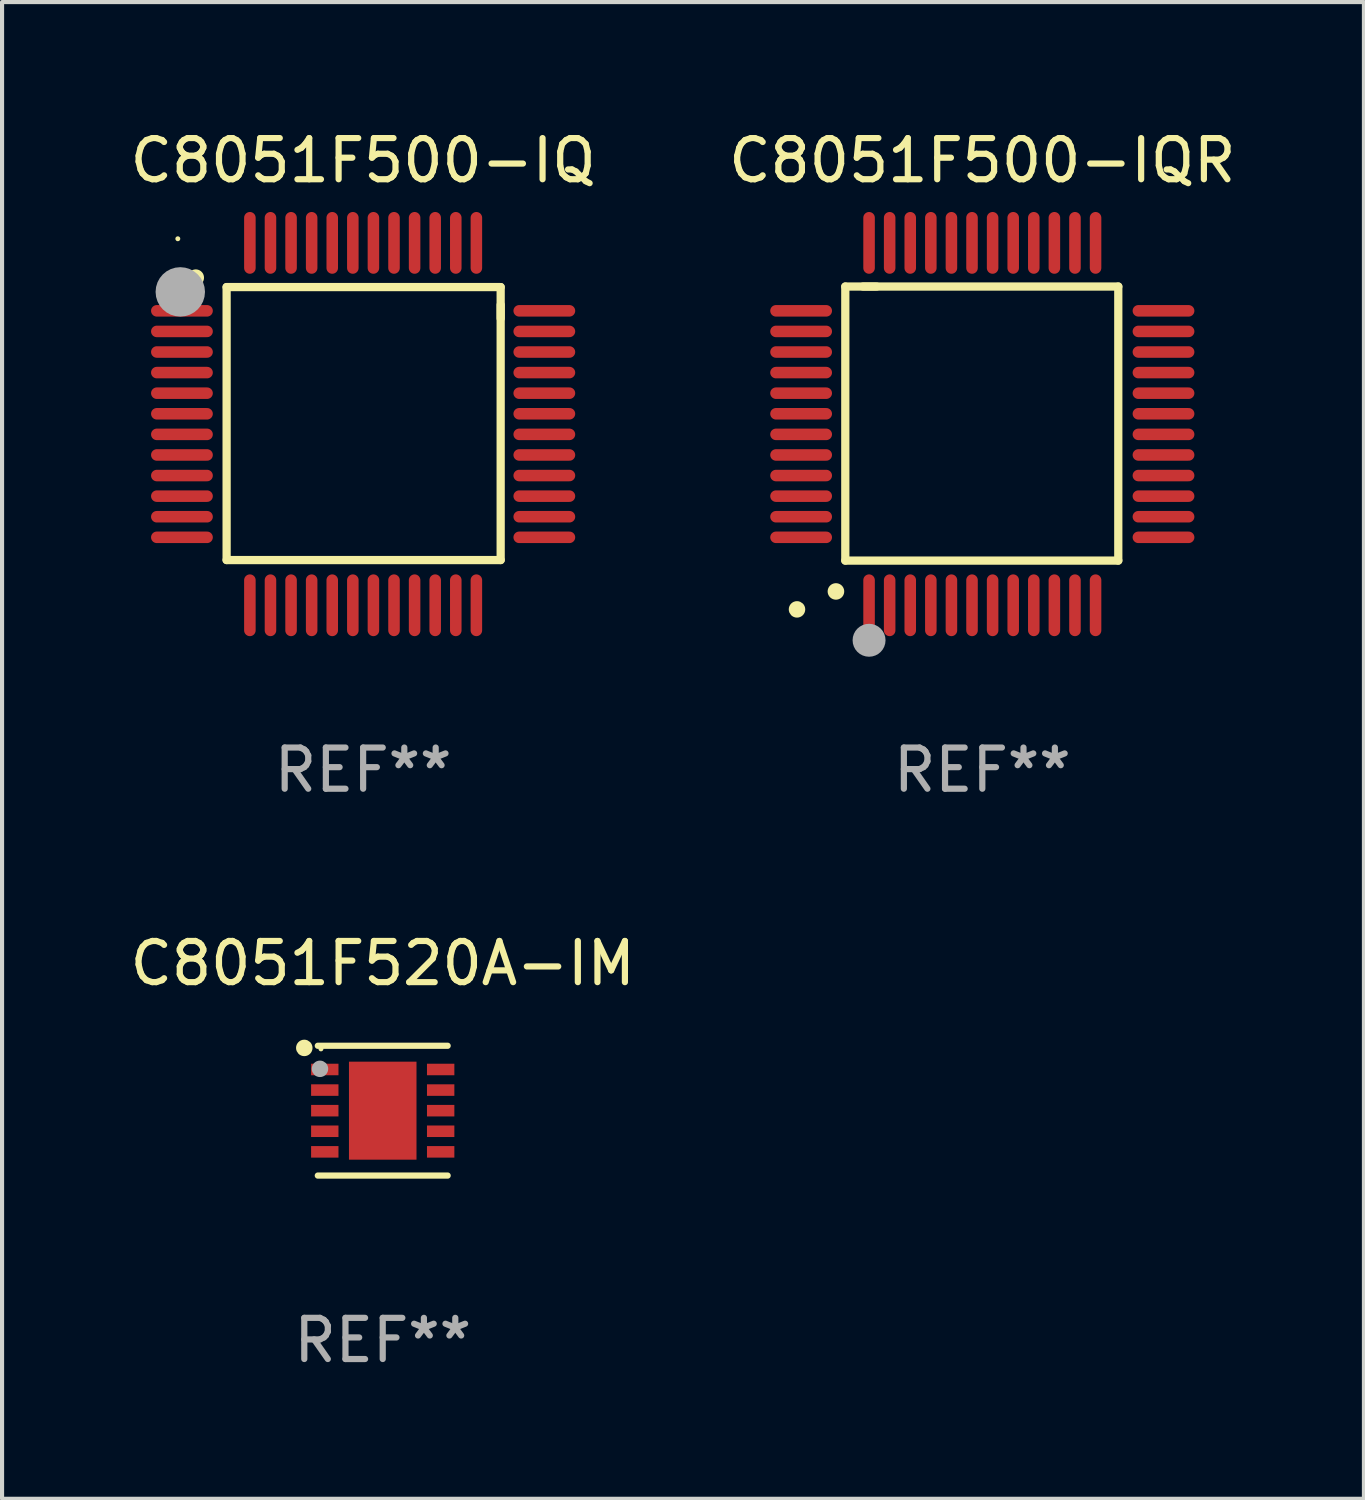
<source format=kicad_pcb>
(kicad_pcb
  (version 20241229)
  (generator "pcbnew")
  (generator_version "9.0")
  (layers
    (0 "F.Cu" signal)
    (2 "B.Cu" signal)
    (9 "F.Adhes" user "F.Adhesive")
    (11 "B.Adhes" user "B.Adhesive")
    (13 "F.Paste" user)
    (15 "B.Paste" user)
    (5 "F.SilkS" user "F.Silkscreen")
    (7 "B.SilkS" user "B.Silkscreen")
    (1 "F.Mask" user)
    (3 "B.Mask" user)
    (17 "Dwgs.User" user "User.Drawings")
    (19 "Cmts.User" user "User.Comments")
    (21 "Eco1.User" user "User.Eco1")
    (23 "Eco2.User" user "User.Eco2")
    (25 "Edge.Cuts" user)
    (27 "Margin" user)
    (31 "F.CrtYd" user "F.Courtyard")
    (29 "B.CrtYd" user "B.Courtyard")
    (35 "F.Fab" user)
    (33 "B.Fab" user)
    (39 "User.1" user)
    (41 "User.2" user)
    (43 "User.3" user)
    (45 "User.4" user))
  (footprint "C8051F500-IQ"
    (layer "F.Cu")
    (at 5.768 7.248)
    (property "Reference" "C8051F500-IQ" (at 0 -6.4 0) (layer "F.SilkS") (effects (font (size 1 1) (thickness 0.15))))
    (attr through_hole)
    (fp_line (start -3.315 -3.327) (end 3.34 -3.327) (stroke (width 0.2) (type solid)) (layer "F.SilkS"))
    (fp_line (start -3.315 3.302) (end -3.315 -3.327) (stroke (width 0.2) (type solid)) (layer "F.SilkS"))
    (fp_line (start 3.34 -3.327) (end 3.34 -2.565) (stroke (width 0.2) (type solid)) (layer "F.SilkS"))
    (fp_line (start 3.34 -2.896) (end 3.34 3.302) (stroke (width 0.2) (type solid)) (layer "F.SilkS"))
    (fp_line (start 3.34 3.302) (end -3.315 3.302) (stroke (width 0.2) (type solid)) (layer "F.SilkS"))
    (fp_arc (start -4.064008 -3.553467) (mid -4.064012 -3.554737) (end -4.064008 -3.556007) (stroke (width 0.4) (type solid)) (layer "F.SilkS"))
    (fp_circle (center -4.5 -4.5) (end -4.47 -4.5) (stroke (width 0.06) (type solid)) (fill no) (layer "F.SilkS"))
    (fp_circle (center -4.44 -3.21) (end -4.14 -3.21) (stroke (width 0.6) (type solid)) (fill no) (layer "F.Fab"))
    (fp_text user "REF**" (at 0 8.4 0) (layer "F.Fab") (effects (font (size 1 1) (thickness 0.15))))
    (pad "1" smd oval (at -4.4 -2.75) (size 1.5 0.28) (layers "F.Cu" "F.Mask" "F.Paste"))
    (pad "2" smd oval (at -4.4 -2.25) (size 1.5 0.28) (layers "F.Cu" "F.Mask" "F.Paste"))
    (pad "3" smd oval (at -4.4 -1.75) (size 1.5 0.28) (layers "F.Cu" "F.Mask" "F.Paste"))
    (pad "4" smd oval (at -4.4 -1.25) (size 1.5 0.28) (layers "F.Cu" "F.Mask" "F.Paste"))
    (pad "5" smd oval (at -4.4 -0.75) (size 1.5 0.28) (layers "F.Cu" "F.Mask" "F.Paste"))
    (pad "6" smd oval (at -4.4 -0.25) (size 1.5 0.28) (layers "F.Cu" "F.Mask" "F.Paste"))
    (pad "7" smd oval (at -4.4 0.25) (size 1.5 0.28) (layers "F.Cu" "F.Mask" "F.Paste"))
    (pad "8" smd oval (at -4.4 0.75) (size 1.5 0.28) (layers "F.Cu" "F.Mask" "F.Paste"))
    (pad "9" smd oval (at -4.4 1.25) (size 1.5 0.28) (layers "F.Cu" "F.Mask" "F.Paste"))
    (pad "10" smd oval (at -4.4 1.75) (size 1.5 0.28) (layers "F.Cu" "F.Mask" "F.Paste"))
    (pad "11" smd oval (at -4.4 2.25) (size 1.5 0.28) (layers "F.Cu" "F.Mask" "F.Paste"))
    (pad "12" smd oval (at -4.4 2.75) (size 1.5 0.28) (layers "F.Cu" "F.Mask" "F.Paste"))
    (pad "13" smd oval (at -2.75 4.4) (size 0.28 1.5) (layers "F.Cu" "F.Mask" "F.Paste"))
    (pad "14" smd oval (at -2.25 4.4) (size 0.28 1.5) (layers "F.Cu" "F.Mask" "F.Paste"))
    (pad "15" smd oval (at -1.75 4.4) (size 0.28 1.5) (layers "F.Cu" "F.Mask" "F.Paste"))
    (pad "16" smd oval (at -1.25 4.4) (size 0.28 1.5) (layers "F.Cu" "F.Mask" "F.Paste"))
    (pad "17" smd oval (at -0.75 4.4) (size 0.28 1.5) (layers "F.Cu" "F.Mask" "F.Paste"))
    (pad "18" smd oval (at -0.25 4.4) (size 0.28 1.5) (layers "F.Cu" "F.Mask" "F.Paste"))
    (pad "19" smd oval (at 0.25 4.4) (size 0.28 1.5) (layers "F.Cu" "F.Mask" "F.Paste"))
    (pad "20" smd oval (at 0.75 4.4) (size 0.28 1.5) (layers "F.Cu" "F.Mask" "F.Paste"))
    (pad "21" smd oval (at 1.25 4.4) (size 0.28 1.5) (layers "F.Cu" "F.Mask" "F.Paste"))
    (pad "22" smd oval (at 1.75 4.4) (size 0.28 1.5) (layers "F.Cu" "F.Mask" "F.Paste"))
    (pad "23" smd oval (at 2.25 4.4) (size 0.28 1.5) (layers "F.Cu" "F.Mask" "F.Paste"))
    (pad "24" smd oval (at 2.75 4.4) (size 0.28 1.5) (layers "F.Cu" "F.Mask" "F.Paste"))
    (pad "25" smd oval (at 4.4 2.75) (size 1.5 0.28) (layers "F.Cu" "F.Mask" "F.Paste"))
    (pad "26" smd oval (at 4.4 2.25) (size 1.5 0.28) (layers "F.Cu" "F.Mask" "F.Paste"))
    (pad "27" smd oval (at 4.4 1.75) (size 1.5 0.28) (layers "F.Cu" "F.Mask" "F.Paste"))
    (pad "28" smd oval (at 4.4 1.25) (size 1.5 0.28) (layers "F.Cu" "F.Mask" "F.Paste"))
    (pad "29" smd oval (at 4.4 0.75) (size 1.5 0.28) (layers "F.Cu" "F.Mask" "F.Paste"))
    (pad "30" smd oval (at 4.4 0.25) (size 1.5 0.28) (layers "F.Cu" "F.Mask" "F.Paste"))
    (pad "31" smd oval (at 4.4 -0.25) (size 1.5 0.28) (layers "F.Cu" "F.Mask" "F.Paste"))
    (pad "32" smd oval (at 4.4 -0.75) (size 1.5 0.28) (layers "F.Cu" "F.Mask" "F.Paste"))
    (pad "33" smd oval (at 4.4 -1.25) (size 1.5 0.28) (layers "F.Cu" "F.Mask" "F.Paste"))
    (pad "34" smd oval (at 4.4 -1.75) (size 1.5 0.28) (layers "F.Cu" "F.Mask" "F.Paste"))
    (pad "35" smd oval (at 4.4 -2.25) (size 1.5 0.28) (layers "F.Cu" "F.Mask" "F.Paste"))
    (pad "36" smd oval (at 4.4 -2.75) (size 1.5 0.28) (layers "F.Cu" "F.Mask" "F.Paste"))
    (pad "37" smd oval (at 2.75 -4.4) (size 0.28 1.5) (layers "F.Cu" "F.Mask" "F.Paste"))
    (pad "38" smd oval (at 2.25 -4.4) (size 0.28 1.5) (layers "F.Cu" "F.Mask" "F.Paste"))
    (pad "39" smd oval (at 1.75 -4.4) (size 0.28 1.5) (layers "F.Cu" "F.Mask" "F.Paste"))
    (pad "40" smd oval (at 1.25 -4.4) (size 0.28 1.5) (layers "F.Cu" "F.Mask" "F.Paste"))
    (pad "41" smd oval (at 0.75 -4.4) (size 0.28 1.5) (layers "F.Cu" "F.Mask" "F.Paste"))
    (pad "42" smd oval (at 0.25 -4.4) (size 0.28 1.5) (layers "F.Cu" "F.Mask" "F.Paste"))
    (pad "43" smd oval (at -0.25 -4.4) (size 0.28 1.5) (layers "F.Cu" "F.Mask" "F.Paste"))
    (pad "44" smd oval (at -0.75 -4.4) (size 0.28 1.5) (layers "F.Cu" "F.Mask" "F.Paste"))
    (pad "45" smd oval (at -1.25 -4.4) (size 0.28 1.5) (layers "F.Cu" "F.Mask" "F.Paste"))
    (pad "46" smd oval (at -1.75 -4.4) (size 0.28 1.5) (layers "F.Cu" "F.Mask" "F.Paste"))
    (pad "47" smd oval (at -2.25 -4.4) (size 0.28 1.5) (layers "F.Cu" "F.Mask" "F.Paste"))
    (pad "48" smd oval (at -2.75 -4.4) (size 0.28 1.5) (layers "F.Cu" "F.Mask" "F.Paste")))
  (footprint "C8051F520A-IM"
    (layer "F.Cu")
    (at 6.244 23.921)
    (property "Reference" "C8051F520A-IM" (at 0 -3.576 0) (layer "F.SilkS") (effects (font (size 1 1) (thickness 0.15))))
    (attr through_hole)
    (fp_line (start -1.576 -1.576) (end 1.576 -1.576) (stroke (width 0.152) (type solid)) (layer "F.SilkS"))
    (fp_line (start -1.576 1.576) (end 1.576 1.576) (stroke (width 0.152) (type solid)) (layer "F.SilkS"))
    (fp_circle (center -1.905 -1.524) (end -1.805 -1.524) (stroke (width 0.2) (type solid)) (fill no) (layer "F.SilkS"))
    (fp_circle (center -1.5 -1.5) (end -1.47 -1.5) (stroke (width 0.06) (type solid)) (fill no) (layer "F.SilkS"))
    (fp_circle (center -1.524 -1.016) (end -1.424 -1.016) (stroke (width 0.2) (type solid)) (fill no) (layer "F.Fab"))
    (fp_text user "REF**" (at 0 5.576 0) (layer "F.Fab") (effects (font (size 1 1) (thickness 0.15))))
    (pad "1" smd rect (at -1.407 -1) (size 0.665 0.28) (layers "F.Cu" "F.Mask" "F.Paste"))
    (pad "2" smd rect (at -1.407 -0.5) (size 0.665 0.28) (layers "F.Cu" "F.Mask" "F.Paste"))
    (pad "3" smd rect (at -1.407 0) (size 0.665 0.28) (layers "F.Cu" "F.Mask" "F.Paste"))
    (pad "4" smd rect (at -1.407 0.5) (size 0.665 0.28) (layers "F.Cu" "F.Mask" "F.Paste"))
    (pad "5" smd rect (at -1.407 1) (size 0.665 0.28) (layers "F.Cu" "F.Mask" "F.Paste"))
    (pad "6" smd rect (at 1.407 1) (size 0.665 0.28) (layers "F.Cu" "F.Mask" "F.Paste"))
    (pad "7" smd rect (at 1.407 0.5) (size 0.665 0.28) (layers "F.Cu" "F.Mask" "F.Paste"))
    (pad "8" smd rect (at 1.407 0) (size 0.665 0.28) (layers "F.Cu" "F.Mask" "F.Paste"))
    (pad "9" smd rect (at 1.407 -0.5) (size 0.665 0.28) (layers "F.Cu" "F.Mask" "F.Paste"))
    (pad "10" smd rect (at 1.407 -1) (size 0.665 0.28) (layers "F.Cu" "F.Mask" "F.Paste"))
    (pad "11" smd rect (at 0 0) (size 1.64 2.38) (layers "F.Cu" "F.Mask" "F.Paste")))
  (footprint "C8051F500-IQR"
    (layer "F.Cu")
    (at 20.804 7.248)
    (property "Reference" "C8051F500-IQR" (at 0 -6.4 0) (layer "F.SilkS") (effects (font (size 1 1) (thickness 0.15))))
    (attr through_hole)
    (fp_line (start -3.327 -3.34) (end -2.565 -3.34) (stroke (width 0.2) (type solid)) (layer "F.SilkS"))
    (fp_line (start -3.327 3.315) (end -3.327 -3.34) (stroke (width 0.2) (type solid)) (layer "F.SilkS"))
    (fp_line (start -2.896 -3.34) (end 3.302 -3.34) (stroke (width 0.2) (type solid)) (layer "F.SilkS"))
    (fp_line (start 3.302 -3.34) (end 3.302 3.315) (stroke (width 0.2) (type solid)) (layer "F.SilkS"))
    (fp_line (start 3.302 3.315) (end -3.327 3.315) (stroke (width 0.2) (type solid)) (layer "F.SilkS"))
    (fp_arc (start -3.556007 4.064008) (mid -3.554737 4.064004) (end -3.553467 4.064008) (stroke (width 0.4) (type solid)) (layer "F.SilkS"))
    (fp_circle (center -4.5 4.5) (end -4.4 4.5) (stroke (width 0.2) (type solid)) (fill no) (layer "F.SilkS"))
    (fp_circle (center -2.75 5.25) (end -2.55 5.25) (stroke (width 0.4) (type solid)) (fill no) (layer "F.Fab"))
    (fp_text user "REF**" (at 0 8.4 0) (layer "F.Fab") (effects (font (size 1 1) (thickness 0.15))))
    (pad "1" smd oval (at -2.75 4.4 180) (size 0.28 1.5) (layers "F.Cu" "F.Mask" "F.Paste"))
    (pad "2" smd oval (at -2.25 4.4 180) (size 0.28 1.5) (layers "F.Cu" "F.Mask" "F.Paste"))
    (pad "3" smd oval (at -1.75 4.4 180) (size 0.28 1.5) (layers "F.Cu" "F.Mask" "F.Paste"))
    (pad "4" smd oval (at -1.25 4.4 180) (size 0.28 1.5) (layers "F.Cu" "F.Mask" "F.Paste"))
    (pad "5" smd oval (at -0.75 4.4 180) (size 0.28 1.5) (layers "F.Cu" "F.Mask" "F.Paste"))
    (pad "6" smd oval (at -0.25 4.4 180) (size 0.28 1.5) (layers "F.Cu" "F.Mask" "F.Paste"))
    (pad "7" smd oval (at 0.25 4.4 180) (size 0.28 1.5) (layers "F.Cu" "F.Mask" "F.Paste"))
    (pad "8" smd oval (at 0.75 4.4 180) (size 0.28 1.5) (layers "F.Cu" "F.Mask" "F.Paste"))
    (pad "9" smd oval (at 1.25 4.4 180) (size 0.28 1.5) (layers "F.Cu" "F.Mask" "F.Paste"))
    (pad "10" smd oval (at 1.75 4.4 180) (size 0.28 1.5) (layers "F.Cu" "F.Mask" "F.Paste"))
    (pad "11" smd oval (at 2.25 4.4 180) (size 0.28 1.5) (layers "F.Cu" "F.Mask" "F.Paste"))
    (pad "12" smd oval (at 2.75 4.4 180) (size 0.28 1.5) (layers "F.Cu" "F.Mask" "F.Paste"))
    (pad "13" smd oval (at 4.4 2.75 90) (size 0.28 1.5) (layers "F.Cu" "F.Mask" "F.Paste"))
    (pad "14" smd oval (at 4.4 2.25 90) (size 0.28 1.5) (layers "F.Cu" "F.Mask" "F.Paste"))
    (pad "15" smd oval (at 4.4 1.75 90) (size 0.28 1.5) (layers "F.Cu" "F.Mask" "F.Paste"))
    (pad "16" smd oval (at 4.4 1.25 90) (size 0.28 1.5) (layers "F.Cu" "F.Mask" "F.Paste"))
    (pad "17" smd oval (at 4.4 0.75 90) (size 0.28 1.5) (layers "F.Cu" "F.Mask" "F.Paste"))
    (pad "18" smd oval (at 4.4 0.25 90) (size 0.28 1.5) (layers "F.Cu" "F.Mask" "F.Paste"))
    (pad "19" smd oval (at 4.4 -0.25 90) (size 0.28 1.5) (layers "F.Cu" "F.Mask" "F.Paste"))
    (pad "20" smd oval (at 4.4 -0.75 90) (size 0.28 1.5) (layers "F.Cu" "F.Mask" "F.Paste"))
    (pad "21" smd oval (at 4.4 -1.25 90) (size 0.28 1.5) (layers "F.Cu" "F.Mask" "F.Paste"))
    (pad "22" smd oval (at 4.4 -1.75 90) (size 0.28 1.5) (layers "F.Cu" "F.Mask" "F.Paste"))
    (pad "23" smd oval (at 4.4 -2.25 90) (size 0.28 1.5) (layers "F.Cu" "F.Mask" "F.Paste"))
    (pad "24" smd oval (at 4.4 -2.75 90) (size 0.28 1.5) (layers "F.Cu" "F.Mask" "F.Paste"))
    (pad "25" smd oval (at 2.75 -4.4 180) (size 0.28 1.5) (layers "F.Cu" "F.Mask" "F.Paste"))
    (pad "26" smd oval (at 2.25 -4.4 180) (size 0.28 1.5) (layers "F.Cu" "F.Mask" "F.Paste"))
    (pad "27" smd oval (at 1.75 -4.4 180) (size 0.28 1.5) (layers "F.Cu" "F.Mask" "F.Paste"))
    (pad "28" smd oval (at 1.25 -4.4 180) (size 0.28 1.5) (layers "F.Cu" "F.Mask" "F.Paste"))
    (pad "29" smd oval (at 0.75 -4.4 180) (size 0.28 1.5) (layers "F.Cu" "F.Mask" "F.Paste"))
    (pad "30" smd oval (at 0.25 -4.4 180) (size 0.28 1.5) (layers "F.Cu" "F.Mask" "F.Paste"))
    (pad "31" smd oval (at -0.25 -4.4 180) (size 0.28 1.5) (layers "F.Cu" "F.Mask" "F.Paste"))
    (pad "32" smd oval (at -0.75 -4.4 180) (size 0.28 1.5) (layers "F.Cu" "F.Mask" "F.Paste"))
    (pad "33" smd oval (at -1.25 -4.4 180) (size 0.28 1.5) (layers "F.Cu" "F.Mask" "F.Paste"))
    (pad "34" smd oval (at -1.75 -4.4 180) (size 0.28 1.5) (layers "F.Cu" "F.Mask" "F.Paste"))
    (pad "35" smd oval (at -2.25 -4.4 180) (size 0.28 1.5) (layers "F.Cu" "F.Mask" "F.Paste"))
    (pad "36" smd oval (at -2.75 -4.4 180) (size 0.28 1.5) (layers "F.Cu" "F.Mask" "F.Paste"))
    (pad "37" smd oval (at -4.4 -2.75 90) (size 0.28 1.5) (layers "F.Cu" "F.Mask" "F.Paste"))
    (pad "38" smd oval (at -4.4 -2.25 90) (size 0.28 1.5) (layers "F.Cu" "F.Mask" "F.Paste"))
    (pad "39" smd oval (at -4.4 -1.75 90) (size 0.28 1.5) (layers "F.Cu" "F.Mask" "F.Paste"))
    (pad "40" smd oval (at -4.4 -1.25 90) (size 0.28 1.5) (layers "F.Cu" "F.Mask" "F.Paste"))
    (pad "41" smd oval (at -4.4 -0.75 90) (size 0.28 1.5) (layers "F.Cu" "F.Mask" "F.Paste"))
    (pad "42" smd oval (at -4.4 -0.25 90) (size 0.28 1.5) (layers "F.Cu" "F.Mask" "F.Paste"))
    (pad "43" smd oval (at -4.4 0.25 90) (size 0.28 1.5) (layers "F.Cu" "F.Mask" "F.Paste"))
    (pad "44" smd oval (at -4.4 0.75 90) (size 0.28 1.5) (layers "F.Cu" "F.Mask" "F.Paste"))
    (pad "45" smd oval (at -4.4 1.25 90) (size 0.28 1.5) (layers "F.Cu" "F.Mask" "F.Paste"))
    (pad "46" smd oval (at -4.4 1.75 90) (size 0.28 1.5) (layers "F.Cu" "F.Mask" "F.Paste"))
    (pad "47" smd oval (at -4.4 2.25 90) (size 0.28 1.5) (layers "F.Cu" "F.Mask" "F.Paste"))
    (pad "48" smd oval (at -4.4 2.75 90) (size 0.28 1.5) (layers "F.Cu" "F.Mask" "F.Paste")))
  (gr_rect
    (start -3 -3)
    (end 30.071 33.346)
    (stroke (width 0.1) (type default))
    (fill no)
    (layer "Edge.Cuts")))
</source>
